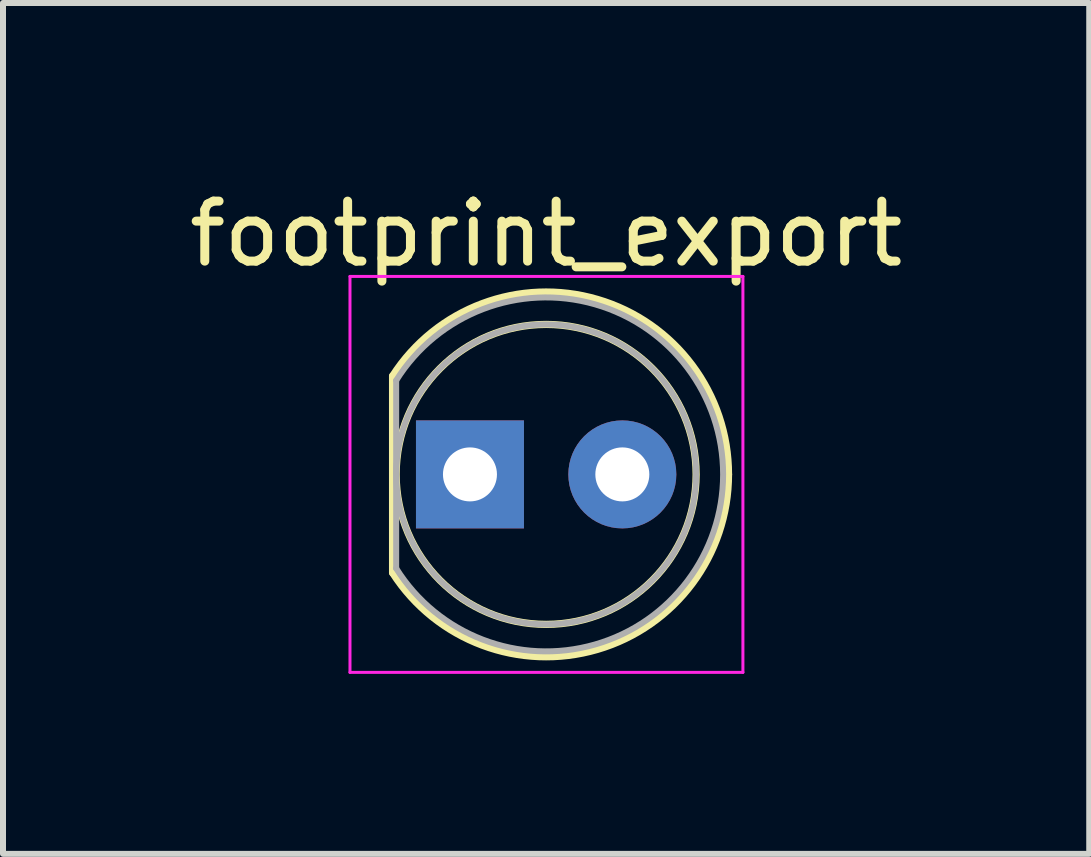
<source format=kicad_pcb>
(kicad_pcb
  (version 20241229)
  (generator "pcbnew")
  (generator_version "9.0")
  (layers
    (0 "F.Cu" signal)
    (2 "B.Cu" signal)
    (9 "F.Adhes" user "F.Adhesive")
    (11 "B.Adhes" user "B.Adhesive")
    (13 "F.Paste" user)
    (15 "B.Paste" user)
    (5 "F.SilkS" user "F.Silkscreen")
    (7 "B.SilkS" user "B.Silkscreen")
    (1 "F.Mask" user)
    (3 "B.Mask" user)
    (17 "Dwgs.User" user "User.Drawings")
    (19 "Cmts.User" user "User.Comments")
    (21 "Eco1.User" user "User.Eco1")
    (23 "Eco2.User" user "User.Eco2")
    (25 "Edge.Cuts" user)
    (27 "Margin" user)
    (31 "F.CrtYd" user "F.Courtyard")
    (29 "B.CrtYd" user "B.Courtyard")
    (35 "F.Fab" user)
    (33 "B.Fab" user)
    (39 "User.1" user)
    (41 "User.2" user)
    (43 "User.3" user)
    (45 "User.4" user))
  (footprint "footprint_export"
    (layer "F.Cu")
    (at 4.784 4.858)
    (property "Reference" "footprint_export" (at 1.27 -4.01 0) (layer "F.SilkS") (effects (font (size 1 1) (thickness 0.15))))
    (attr through_hole)
    (fp_line (start -1.29 -1.64) (end -1.29 1.64) (stroke (width 0.12) (type solid)) (layer "F.SilkS"))
    (fp_arc (start -1.29 -1.639512) (mid 2.125106 -2.917258) (end 4.309999 0.001958) (stroke (width 0.12) (type solid)) (layer "F.SilkS"))
    (fp_arc (start 4.309999 -0.001958) (mid 2.125106 2.917258) (end -1.29 1.639512) (stroke (width 0.12) (type solid)) (layer "F.SilkS"))
    (fp_circle (center 1.27 0) (end 3.77 0) (stroke (width 0.12) (type solid)) (fill no) (layer "F.SilkS"))
    (fp_line (start -2 -3.3) (end -2 3.3) (stroke (width 0.05) (type solid)) (layer "F.CrtYd"))
    (fp_line (start -2 3.3) (end 4.55 3.3) (stroke (width 0.05) (type solid)) (layer "F.CrtYd"))
    (fp_line (start 4.55 -3.3) (end -2 -3.3) (stroke (width 0.05) (type solid)) (layer "F.CrtYd"))
    (fp_line (start 4.55 3.3) (end 4.55 -3.3) (stroke (width 0.05) (type solid)) (layer "F.CrtYd"))
    (fp_line (start -1.23 -1.566) (end -1.23 1.566) (stroke (width 0.1) (type solid)) (layer "F.Fab"))
    (fp_arc (start -1.23 -1.566046) (mid 4.22 0.00071) (end -1.230753 1.564843) (stroke (width 0.1) (type solid)) (layer "F.Fab"))
    (fp_circle (center 1.27 0) (end 3.77 0) (stroke (width 0.1) (type solid)) (fill no) (layer "F.Fab"))
    (pad "1" thru_hole rect (at 0 0) (size 1.8 1.8) (drill 0.9) (layers "*.Cu" "*.Mask"))
    (pad "2" thru_hole circle (at 2.54 0) (size 1.8 1.8) (drill 0.9) (layers "*.Cu" "*.Mask")))
  (gr_rect
    (start -3 -3)
    (end 15.107 11.183)
    (stroke (width 0.1) (type default))
    (fill no)
    (layer "Edge.Cuts")))
</source>
